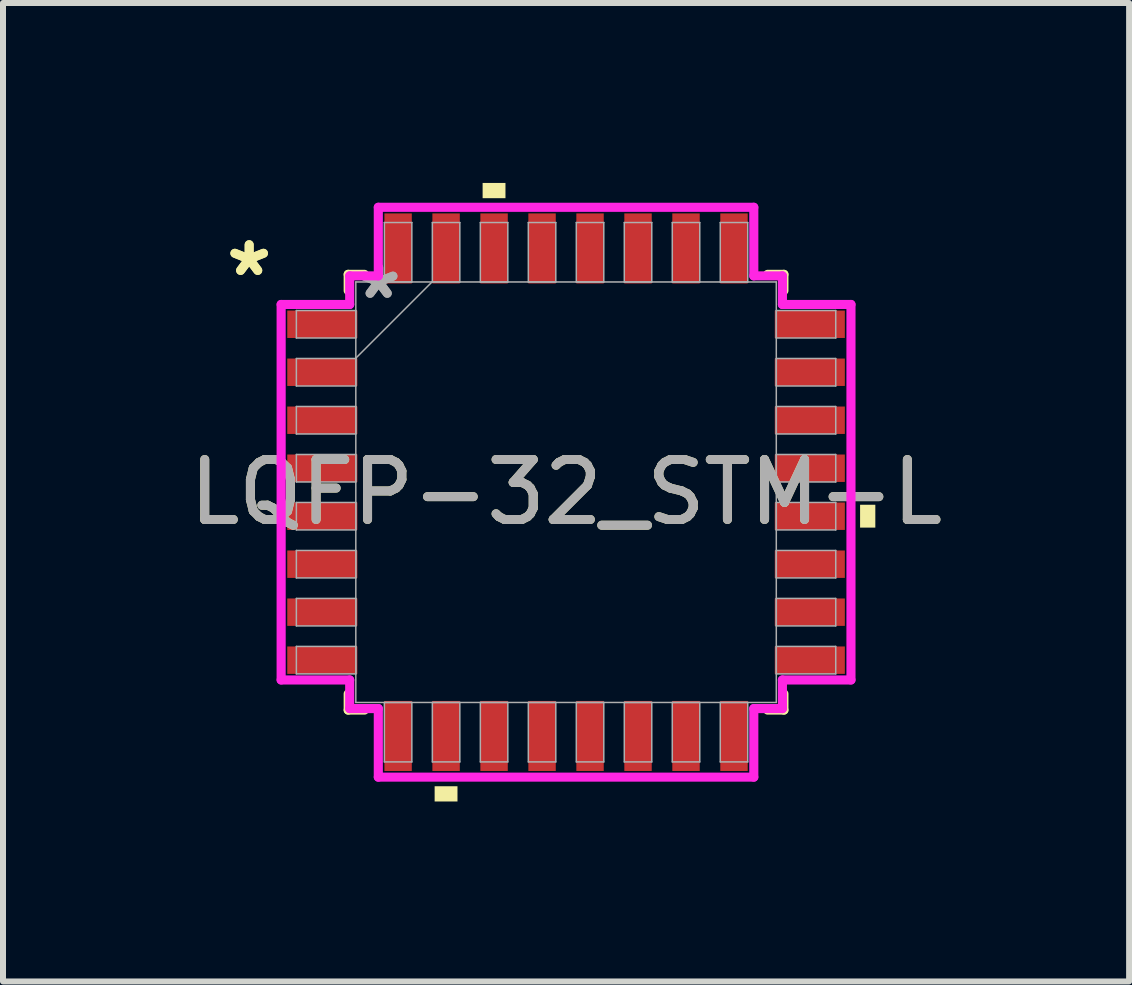
<source format=kicad_pcb>
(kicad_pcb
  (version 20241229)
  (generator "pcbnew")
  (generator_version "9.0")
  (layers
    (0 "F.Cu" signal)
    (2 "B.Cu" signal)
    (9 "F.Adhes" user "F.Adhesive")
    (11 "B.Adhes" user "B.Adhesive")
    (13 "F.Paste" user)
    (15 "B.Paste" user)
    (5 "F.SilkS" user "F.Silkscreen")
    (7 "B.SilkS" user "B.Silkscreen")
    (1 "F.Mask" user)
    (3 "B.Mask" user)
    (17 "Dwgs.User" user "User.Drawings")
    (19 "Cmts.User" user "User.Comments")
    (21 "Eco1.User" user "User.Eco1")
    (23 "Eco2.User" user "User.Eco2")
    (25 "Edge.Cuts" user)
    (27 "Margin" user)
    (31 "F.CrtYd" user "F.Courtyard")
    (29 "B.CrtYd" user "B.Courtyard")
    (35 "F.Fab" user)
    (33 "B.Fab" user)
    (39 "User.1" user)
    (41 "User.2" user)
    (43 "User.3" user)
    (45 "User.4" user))
  (footprint "LQFP-32_STM-L"
    (layer "F.Cu")
    (at 6.387 5.156)
    (property "Reference" "LQFP-32_STM-L" (at 0 0 0) (unlocked yes) (layer "F.SilkS") (effects (font (size 1 1) (thickness 0.15))))
    (attr smd)
    (fp_line (start -3.632 -3.632) (end -3.632 -3.361) (stroke (width 0.152) (type solid)) (layer "F.SilkS"))
    (fp_line (start -3.632 3.361) (end -3.632 3.632) (stroke (width 0.152) (type solid)) (layer "F.SilkS"))
    (fp_line (start -3.632 3.632) (end -3.361 3.632) (stroke (width 0.152) (type solid)) (layer "F.SilkS"))
    (fp_line (start -3.361 -3.632) (end -3.632 -3.632) (stroke (width 0.152) (type solid)) (layer "F.SilkS"))
    (fp_line (start 3.361 3.632) (end 3.632 3.632) (stroke (width 0.152) (type solid)) (layer "F.SilkS"))
    (fp_line (start 3.632 -3.632) (end 3.361 -3.632) (stroke (width 0.152) (type solid)) (layer "F.SilkS"))
    (fp_line (start 3.632 -3.361) (end 3.632 -3.632) (stroke (width 0.152) (type solid)) (layer "F.SilkS"))
    (fp_line (start 3.632 3.632) (end 3.632 3.361) (stroke (width 0.152) (type solid)) (layer "F.SilkS"))
    (fp_poly (pts (xy -2.191 4.902) (xy -2.191 5.156) (xy -1.81 5.156) (xy -1.81 4.902)) (stroke (width 0) (type solid)) (fill yes) (layer "F.SilkS"))
    (fp_poly (pts (xy -1.391 -4.902) (xy -1.391 -5.156) (xy -1.01 -5.156) (xy -1.01 -4.902)) (stroke (width 0) (type solid)) (fill yes) (layer "F.SilkS"))
    (fp_poly (pts (xy 5.156 0.209) (xy 5.156 0.59) (xy 4.902 0.59) (xy 4.902 0.209)) (stroke (width 0) (type solid)) (fill yes) (layer "F.SilkS"))
    (fp_line (start -4.75 -3.13) (end -3.607 -3.13) (stroke (width 0.152) (type solid)) (layer "F.CrtYd"))
    (fp_line (start -4.75 3.13) (end -4.75 -3.13) (stroke (width 0.152) (type solid)) (layer "F.CrtYd"))
    (fp_line (start -3.607 -3.607) (end -3.13 -3.607) (stroke (width 0.152) (type solid)) (layer "F.CrtYd"))
    (fp_line (start -3.607 -3.13) (end -3.607 -3.607) (stroke (width 0.152) (type solid)) (layer "F.CrtYd"))
    (fp_line (start -3.607 3.13) (end -4.75 3.13) (stroke (width 0.152) (type solid)) (layer "F.CrtYd"))
    (fp_line (start -3.607 3.607) (end -3.607 3.13) (stroke (width 0.152) (type solid)) (layer "F.CrtYd"))
    (fp_line (start -3.607 3.607) (end -3.13 3.607) (stroke (width 0.152) (type solid)) (layer "F.CrtYd"))
    (fp_line (start -3.13 -4.75) (end 3.13 -4.75) (stroke (width 0.152) (type solid)) (layer "F.CrtYd"))
    (fp_line (start -3.13 -3.607) (end -3.13 -4.75) (stroke (width 0.152) (type solid)) (layer "F.CrtYd"))
    (fp_line (start -3.13 3.607) (end -3.13 4.75) (stroke (width 0.152) (type solid)) (layer "F.CrtYd"))
    (fp_line (start -3.13 4.75) (end 3.13 4.75) (stroke (width 0.152) (type solid)) (layer "F.CrtYd"))
    (fp_line (start 3.13 -4.75) (end 3.13 -3.607) (stroke (width 0.152) (type solid)) (layer "F.CrtYd"))
    (fp_line (start 3.13 -3.607) (end 3.607 -3.607) (stroke (width 0.152) (type solid)) (layer "F.CrtYd"))
    (fp_line (start 3.13 3.607) (end 3.607 3.607) (stroke (width 0.152) (type solid)) (layer "F.CrtYd"))
    (fp_line (start 3.13 4.75) (end 3.13 3.607) (stroke (width 0.152) (type solid)) (layer "F.CrtYd"))
    (fp_line (start 3.607 -3.13) (end 3.607 -3.607) (stroke (width 0.152) (type solid)) (layer "F.CrtYd"))
    (fp_line (start 3.607 3.13) (end 4.75 3.13) (stroke (width 0.152) (type solid)) (layer "F.CrtYd"))
    (fp_line (start 3.607 3.607) (end 3.607 3.13) (stroke (width 0.152) (type solid)) (layer "F.CrtYd"))
    (fp_line (start 4.75 -3.13) (end 3.607 -3.13) (stroke (width 0.152) (type solid)) (layer "F.CrtYd"))
    (fp_line (start 4.75 3.13) (end 4.75 -3.13) (stroke (width 0.152) (type solid)) (layer "F.CrtYd"))
    (fp_line (start -4.496 -3.029) (end -4.496 -2.571) (stroke (width 0.025) (type solid)) (layer "F.Fab"))
    (fp_line (start -4.496 -2.571) (end -3.505 -2.571) (stroke (width 0.025) (type solid)) (layer "F.Fab"))
    (fp_line (start -4.496 -2.229) (end -4.496 -1.771) (stroke (width 0.025) (type solid)) (layer "F.Fab"))
    (fp_line (start -4.496 -1.771) (end -3.505 -1.771) (stroke (width 0.025) (type solid)) (layer "F.Fab"))
    (fp_line (start -4.496 -1.429) (end -4.496 -0.971) (stroke (width 0.025) (type solid)) (layer "F.Fab"))
    (fp_line (start -4.496 -0.971) (end -3.505 -0.971) (stroke (width 0.025) (type solid)) (layer "F.Fab"))
    (fp_line (start -4.496 -0.629) (end -4.496 -0.171) (stroke (width 0.025) (type solid)) (layer "F.Fab"))
    (fp_line (start -4.496 -0.171) (end -3.505 -0.171) (stroke (width 0.025) (type solid)) (layer "F.Fab"))
    (fp_line (start -4.496 0.171) (end -4.496 0.629) (stroke (width 0.025) (type solid)) (layer "F.Fab"))
    (fp_line (start -4.496 0.629) (end -3.505 0.629) (stroke (width 0.025) (type solid)) (layer "F.Fab"))
    (fp_line (start -4.496 0.971) (end -4.496 1.429) (stroke (width 0.025) (type solid)) (layer "F.Fab"))
    (fp_line (start -4.496 1.429) (end -3.505 1.429) (stroke (width 0.025) (type solid)) (layer "F.Fab"))
    (fp_line (start -4.496 1.771) (end -4.496 2.229) (stroke (width 0.025) (type solid)) (layer "F.Fab"))
    (fp_line (start -4.496 2.229) (end -3.505 2.229) (stroke (width 0.025) (type solid)) (layer "F.Fab"))
    (fp_line (start -4.496 2.571) (end -4.496 3.029) (stroke (width 0.025) (type solid)) (layer "F.Fab"))
    (fp_line (start -4.496 3.029) (end -3.505 3.029) (stroke (width 0.025) (type solid)) (layer "F.Fab"))
    (fp_line (start -3.505 -3.505) (end -3.505 3.505) (stroke (width 0.025) (type solid)) (layer "F.Fab"))
    (fp_line (start -3.505 -3.029) (end -4.496 -3.029) (stroke (width 0.025) (type solid)) (layer "F.Fab"))
    (fp_line (start -3.505 -2.571) (end -3.505 -3.029) (stroke (width 0.025) (type solid)) (layer "F.Fab"))
    (fp_line (start -3.505 -2.235) (end -2.235 -3.505) (stroke (width 0.025) (type solid)) (layer "F.Fab"))
    (fp_line (start -3.505 -2.229) (end -4.496 -2.229) (stroke (width 0.025) (type solid)) (layer "F.Fab"))
    (fp_line (start -3.505 -1.771) (end -3.505 -2.229) (stroke (width 0.025) (type solid)) (layer "F.Fab"))
    (fp_line (start -3.505 -1.429) (end -4.496 -1.429) (stroke (width 0.025) (type solid)) (layer "F.Fab"))
    (fp_line (start -3.505 -0.971) (end -3.505 -1.429) (stroke (width 0.025) (type solid)) (layer "F.Fab"))
    (fp_line (start -3.505 -0.629) (end -4.496 -0.629) (stroke (width 0.025) (type solid)) (layer "F.Fab"))
    (fp_line (start -3.505 -0.171) (end -3.505 -0.629) (stroke (width 0.025) (type solid)) (layer "F.Fab"))
    (fp_line (start -3.505 0.171) (end -4.496 0.171) (stroke (width 0.025) (type solid)) (layer "F.Fab"))
    (fp_line (start -3.505 0.629) (end -3.505 0.171) (stroke (width 0.025) (type solid)) (layer "F.Fab"))
    (fp_line (start -3.505 0.971) (end -4.496 0.971) (stroke (width 0.025) (type solid)) (layer "F.Fab"))
    (fp_line (start -3.505 1.429) (end -3.505 0.971) (stroke (width 0.025) (type solid)) (layer "F.Fab"))
    (fp_line (start -3.505 1.771) (end -4.496 1.771) (stroke (width 0.025) (type solid)) (layer "F.Fab"))
    (fp_line (start -3.505 2.229) (end -3.505 1.771) (stroke (width 0.025) (type solid)) (layer "F.Fab"))
    (fp_line (start -3.505 2.571) (end -4.496 2.571) (stroke (width 0.025) (type solid)) (layer "F.Fab"))
    (fp_line (start -3.505 3.029) (end -3.505 2.571) (stroke (width 0.025) (type solid)) (layer "F.Fab"))
    (fp_line (start -3.505 3.505) (end 3.505 3.505) (stroke (width 0.025) (type solid)) (layer "F.Fab"))
    (fp_line (start -3.029 -4.496) (end -3.029 -3.505) (stroke (width 0.025) (type solid)) (layer "F.Fab"))
    (fp_line (start -3.029 -3.505) (end -2.571 -3.505) (stroke (width 0.025) (type solid)) (layer "F.Fab"))
    (fp_line (start -3.029 3.505) (end -3.029 4.496) (stroke (width 0.025) (type solid)) (layer "F.Fab"))
    (fp_line (start -3.029 4.496) (end -2.571 4.496) (stroke (width 0.025) (type solid)) (layer "F.Fab"))
    (fp_line (start -2.571 -4.496) (end -3.029 -4.496) (stroke (width 0.025) (type solid)) (layer "F.Fab"))
    (fp_line (start -2.571 -3.505) (end -2.571 -4.496) (stroke (width 0.025) (type solid)) (layer "F.Fab"))
    (fp_line (start -2.571 3.505) (end -3.029 3.505) (stroke (width 0.025) (type solid)) (layer "F.Fab"))
    (fp_line (start -2.571 4.496) (end -2.571 3.505) (stroke (width 0.025) (type solid)) (layer "F.Fab"))
    (fp_line (start -2.229 -4.496) (end -2.229 -3.505) (stroke (width 0.025) (type solid)) (layer "F.Fab"))
    (fp_line (start -2.229 -3.505) (end -1.771 -3.505) (stroke (width 0.025) (type solid)) (layer "F.Fab"))
    (fp_line (start -2.229 3.505) (end -2.229 4.496) (stroke (width 0.025) (type solid)) (layer "F.Fab"))
    (fp_line (start -2.229 4.496) (end -1.771 4.496) (stroke (width 0.025) (type solid)) (layer "F.Fab"))
    (fp_line (start -1.771 -4.496) (end -2.229 -4.496) (stroke (width 0.025) (type solid)) (layer "F.Fab"))
    (fp_line (start -1.771 -3.505) (end -1.771 -4.496) (stroke (width 0.025) (type solid)) (layer "F.Fab"))
    (fp_line (start -1.771 3.505) (end -2.229 3.505) (stroke (width 0.025) (type solid)) (layer "F.Fab"))
    (fp_line (start -1.771 4.496) (end -1.771 3.505) (stroke (width 0.025) (type solid)) (layer "F.Fab"))
    (fp_line (start -1.429 -4.496) (end -1.429 -3.505) (stroke (width 0.025) (type solid)) (layer "F.Fab"))
    (fp_line (start -1.429 -3.505) (end -0.971 -3.505) (stroke (width 0.025) (type solid)) (layer "F.Fab"))
    (fp_line (start -1.429 3.505) (end -1.429 4.496) (stroke (width 0.025) (type solid)) (layer "F.Fab"))
    (fp_line (start -1.429 4.496) (end -0.971 4.496) (stroke (width 0.025) (type solid)) (layer "F.Fab"))
    (fp_line (start -0.971 -4.496) (end -1.429 -4.496) (stroke (width 0.025) (type solid)) (layer "F.Fab"))
    (fp_line (start -0.971 -3.505) (end -0.971 -4.496) (stroke (width 0.025) (type solid)) (layer "F.Fab"))
    (fp_line (start -0.971 3.505) (end -1.429 3.505) (stroke (width 0.025) (type solid)) (layer "F.Fab"))
    (fp_line (start -0.971 4.496) (end -0.971 3.505) (stroke (width 0.025) (type solid)) (layer "F.Fab"))
    (fp_line (start -0.629 -4.496) (end -0.629 -3.505) (stroke (width 0.025) (type solid)) (layer "F.Fab"))
    (fp_line (start -0.629 -3.505) (end -0.171 -3.505) (stroke (width 0.025) (type solid)) (layer "F.Fab"))
    (fp_line (start -0.629 3.505) (end -0.629 4.496) (stroke (width 0.025) (type solid)) (layer "F.Fab"))
    (fp_line (start -0.629 4.496) (end -0.171 4.496) (stroke (width 0.025) (type solid)) (layer "F.Fab"))
    (fp_line (start -0.171 -4.496) (end -0.629 -4.496) (stroke (width 0.025) (type solid)) (layer "F.Fab"))
    (fp_line (start -0.171 -3.505) (end -0.171 -4.496) (stroke (width 0.025) (type solid)) (layer "F.Fab"))
    (fp_line (start -0.171 3.505) (end -0.629 3.505) (stroke (width 0.025) (type solid)) (layer "F.Fab"))
    (fp_line (start -0.171 4.496) (end -0.171 3.505) (stroke (width 0.025) (type solid)) (layer "F.Fab"))
    (fp_line (start 0.171 -4.496) (end 0.171 -3.505) (stroke (width 0.025) (type solid)) (layer "F.Fab"))
    (fp_line (start 0.171 -3.505) (end 0.629 -3.505) (stroke (width 0.025) (type solid)) (layer "F.Fab"))
    (fp_line (start 0.171 3.505) (end 0.171 4.496) (stroke (width 0.025) (type solid)) (layer "F.Fab"))
    (fp_line (start 0.171 4.496) (end 0.629 4.496) (stroke (width 0.025) (type solid)) (layer "F.Fab"))
    (fp_line (start 0.629 -4.496) (end 0.171 -4.496) (stroke (width 0.025) (type solid)) (layer "F.Fab"))
    (fp_line (start 0.629 -3.505) (end 0.629 -4.496) (stroke (width 0.025) (type solid)) (layer "F.Fab"))
    (fp_line (start 0.629 3.505) (end 0.171 3.505) (stroke (width 0.025) (type solid)) (layer "F.Fab"))
    (fp_line (start 0.629 4.496) (end 0.629 3.505) (stroke (width 0.025) (type solid)) (layer "F.Fab"))
    (fp_line (start 0.971 -4.496) (end 0.971 -3.505) (stroke (width 0.025) (type solid)) (layer "F.Fab"))
    (fp_line (start 0.971 -3.505) (end 1.429 -3.505) (stroke (width 0.025) (type solid)) (layer "F.Fab"))
    (fp_line (start 0.971 3.505) (end 0.971 4.496) (stroke (width 0.025) (type solid)) (layer "F.Fab"))
    (fp_line (start 0.971 4.496) (end 1.429 4.496) (stroke (width 0.025) (type solid)) (layer "F.Fab"))
    (fp_line (start 1.429 -4.496) (end 0.971 -4.496) (stroke (width 0.025) (type solid)) (layer "F.Fab"))
    (fp_line (start 1.429 -3.505) (end 1.429 -4.496) (stroke (width 0.025) (type solid)) (layer "F.Fab"))
    (fp_line (start 1.429 3.505) (end 0.971 3.505) (stroke (width 0.025) (type solid)) (layer "F.Fab"))
    (fp_line (start 1.429 4.496) (end 1.429 3.505) (stroke (width 0.025) (type solid)) (layer "F.Fab"))
    (fp_line (start 1.771 -4.496) (end 1.771 -3.505) (stroke (width 0.025) (type solid)) (layer "F.Fab"))
    (fp_line (start 1.771 -3.505) (end 2.229 -3.505) (stroke (width 0.025) (type solid)) (layer "F.Fab"))
    (fp_line (start 1.771 3.505) (end 1.771 4.496) (stroke (width 0.025) (type solid)) (layer "F.Fab"))
    (fp_line (start 1.771 4.496) (end 2.229 4.496) (stroke (width 0.025) (type solid)) (layer "F.Fab"))
    (fp_line (start 2.229 -4.496) (end 1.771 -4.496) (stroke (width 0.025) (type solid)) (layer "F.Fab"))
    (fp_line (start 2.229 -3.505) (end 2.229 -4.496) (stroke (width 0.025) (type solid)) (layer "F.Fab"))
    (fp_line (start 2.229 3.505) (end 1.771 3.505) (stroke (width 0.025) (type solid)) (layer "F.Fab"))
    (fp_line (start 2.229 4.496) (end 2.229 3.505) (stroke (width 0.025) (type solid)) (layer "F.Fab"))
    (fp_line (start 2.571 -4.496) (end 2.571 -3.505) (stroke (width 0.025) (type solid)) (layer "F.Fab"))
    (fp_line (start 2.571 -3.505) (end 3.029 -3.505) (stroke (width 0.025) (type solid)) (layer "F.Fab"))
    (fp_line (start 2.571 3.505) (end 2.571 4.496) (stroke (width 0.025) (type solid)) (layer "F.Fab"))
    (fp_line (start 2.571 4.496) (end 3.029 4.496) (stroke (width 0.025) (type solid)) (layer "F.Fab"))
    (fp_line (start 3.029 -4.496) (end 2.571 -4.496) (stroke (width 0.025) (type solid)) (layer "F.Fab"))
    (fp_line (start 3.029 -3.505) (end 3.029 -4.496) (stroke (width 0.025) (type solid)) (layer "F.Fab"))
    (fp_line (start 3.029 3.505) (end 2.571 3.505) (stroke (width 0.025) (type solid)) (layer "F.Fab"))
    (fp_line (start 3.029 4.496) (end 3.029 3.505) (stroke (width 0.025) (type solid)) (layer "F.Fab"))
    (fp_line (start 3.505 -3.505) (end -3.505 -3.505) (stroke (width 0.025) (type solid)) (layer "F.Fab"))
    (fp_line (start 3.505 -3.029) (end 3.505 -2.571) (stroke (width 0.025) (type solid)) (layer "F.Fab"))
    (fp_line (start 3.505 -2.571) (end 4.496 -2.571) (stroke (width 0.025) (type solid)) (layer "F.Fab"))
    (fp_line (start 3.505 -2.229) (end 3.505 -1.771) (stroke (width 0.025) (type solid)) (layer "F.Fab"))
    (fp_line (start 3.505 -1.771) (end 4.496 -1.771) (stroke (width 0.025) (type solid)) (layer "F.Fab"))
    (fp_line (start 3.505 -1.429) (end 3.505 -0.971) (stroke (width 0.025) (type solid)) (layer "F.Fab"))
    (fp_line (start 3.505 -0.971) (end 4.496 -0.971) (stroke (width 0.025) (type solid)) (layer "F.Fab"))
    (fp_line (start 3.505 -0.629) (end 3.505 -0.171) (stroke (width 0.025) (type solid)) (layer "F.Fab"))
    (fp_line (start 3.505 -0.171) (end 4.496 -0.171) (stroke (width 0.025) (type solid)) (layer "F.Fab"))
    (fp_line (start 3.505 0.171) (end 3.505 0.629) (stroke (width 0.025) (type solid)) (layer "F.Fab"))
    (fp_line (start 3.505 0.629) (end 4.496 0.629) (stroke (width 0.025) (type solid)) (layer "F.Fab"))
    (fp_line (start 3.505 0.971) (end 3.505 1.429) (stroke (width 0.025) (type solid)) (layer "F.Fab"))
    (fp_line (start 3.505 1.429) (end 4.496 1.429) (stroke (width 0.025) (type solid)) (layer "F.Fab"))
    (fp_line (start 3.505 1.771) (end 3.505 2.229) (stroke (width 0.025) (type solid)) (layer "F.Fab"))
    (fp_line (start 3.505 2.229) (end 4.496 2.229) (stroke (width 0.025) (type solid)) (layer "F.Fab"))
    (fp_line (start 3.505 2.571) (end 3.505 3.029) (stroke (width 0.025) (type solid)) (layer "F.Fab"))
    (fp_line (start 3.505 3.029) (end 4.496 3.029) (stroke (width 0.025) (type solid)) (layer "F.Fab"))
    (fp_line (start 3.505 3.505) (end 3.505 -3.505) (stroke (width 0.025) (type solid)) (layer "F.Fab"))
    (fp_line (start 4.496 -3.029) (end 3.505 -3.029) (stroke (width 0.025) (type solid)) (layer "F.Fab"))
    (fp_line (start 4.496 -2.571) (end 4.496 -3.029) (stroke (width 0.025) (type solid)) (layer "F.Fab"))
    (fp_line (start 4.496 -2.229) (end 3.505 -2.229) (stroke (width 0.025) (type solid)) (layer "F.Fab"))
    (fp_line (start 4.496 -1.771) (end 4.496 -2.229) (stroke (width 0.025) (type solid)) (layer "F.Fab"))
    (fp_line (start 4.496 -1.429) (end 3.505 -1.429) (stroke (width 0.025) (type solid)) (layer "F.Fab"))
    (fp_line (start 4.496 -0.971) (end 4.496 -1.429) (stroke (width 0.025) (type solid)) (layer "F.Fab"))
    (fp_line (start 4.496 -0.629) (end 3.505 -0.629) (stroke (width 0.025) (type solid)) (layer "F.Fab"))
    (fp_line (start 4.496 -0.171) (end 4.496 -0.629) (stroke (width 0.025) (type solid)) (layer "F.Fab"))
    (fp_line (start 4.496 0.171) (end 3.505 0.171) (stroke (width 0.025) (type solid)) (layer "F.Fab"))
    (fp_line (start 4.496 0.629) (end 4.496 0.171) (stroke (width 0.025) (type solid)) (layer "F.Fab"))
    (fp_line (start 4.496 0.971) (end 3.505 0.971) (stroke (width 0.025) (type solid)) (layer "F.Fab"))
    (fp_line (start 4.496 1.429) (end 4.496 0.971) (stroke (width 0.025) (type solid)) (layer "F.Fab"))
    (fp_line (start 4.496 1.771) (end 3.505 1.771) (stroke (width 0.025) (type solid)) (layer "F.Fab"))
    (fp_line (start 4.496 2.229) (end 4.496 1.771) (stroke (width 0.025) (type solid)) (layer "F.Fab"))
    (fp_line (start 4.496 2.571) (end 3.505 2.571) (stroke (width 0.025) (type solid)) (layer "F.Fab"))
    (fp_line (start 4.496 3.029) (end 4.496 2.571) (stroke (width 0.025) (type solid)) (layer "F.Fab"))
    (fp_text user "*" (at -5.283 -3.581 0) (layer "F.SilkS") (effects (font (size 1 1) (thickness 0.15))))
    (fp_text user "*" (at -5.283 -3.581 0) (unlocked yes) (layer "F.SilkS") (effects (font (size 1 1) (thickness 0.15))))
    (fp_text user "*" (at -3.124 -3.2 0) (layer "F.Fab") (effects (font (size 1 1) (thickness 0.15))))
    (fp_text user "*" (at -3.124 -3.2 0) (unlocked yes) (layer "F.Fab") (effects (font (size 1 1) (thickness 0.15))))
    (fp_text user "${REFERENCE}" (at 0 0 0) (unlocked yes) (layer "F.Fab") (effects (font (size 1 1) (thickness 0.15))))
    (pad "1" smd rect (at -4.064 -2.8 90) (size 0.457 1.168) (layers "F.Cu" "F.Mask" "F.Paste"))
    (pad "2" smd rect (at -4.064 -2 90) (size 0.457 1.168) (layers "F.Cu" "F.Mask" "F.Paste"))
    (pad "3" smd rect (at -4.064 -1.2 90) (size 0.457 1.168) (layers "F.Cu" "F.Mask" "F.Paste"))
    (pad "4" smd rect (at -4.064 -0.4 90) (size 0.457 1.168) (layers "F.Cu" "F.Mask" "F.Paste"))
    (pad "5" smd rect (at -4.064 0.4 90) (size 0.457 1.168) (layers "F.Cu" "F.Mask" "F.Paste"))
    (pad "6" smd rect (at -4.064 1.2 90) (size 0.457 1.168) (layers "F.Cu" "F.Mask" "F.Paste"))
    (pad "7" smd rect (at -4.064 2 90) (size 0.457 1.168) (layers "F.Cu" "F.Mask" "F.Paste"))
    (pad "8" smd rect (at -4.064 2.8 90) (size 0.457 1.168) (layers "F.Cu" "F.Mask" "F.Paste"))
    (pad "9" smd rect (at -2.8 4.064) (size 0.457 1.168) (layers "F.Cu" "F.Mask" "F.Paste"))
    (pad "10" smd rect (at -2 4.064) (size 0.457 1.168) (layers "F.Cu" "F.Mask" "F.Paste"))
    (pad "11" smd rect (at -1.2 4.064) (size 0.457 1.168) (layers "F.Cu" "F.Mask" "F.Paste"))
    (pad "12" smd rect (at -0.4 4.064) (size 0.457 1.168) (layers "F.Cu" "F.Mask" "F.Paste"))
    (pad "13" smd rect (at 0.4 4.064) (size 0.457 1.168) (layers "F.Cu" "F.Mask" "F.Paste"))
    (pad "14" smd rect (at 1.2 4.064) (size 0.457 1.168) (layers "F.Cu" "F.Mask" "F.Paste"))
    (pad "15" smd rect (at 2 4.064) (size 0.457 1.168) (layers "F.Cu" "F.Mask" "F.Paste"))
    (pad "16" smd rect (at 2.8 4.064) (size 0.457 1.168) (layers "F.Cu" "F.Mask" "F.Paste"))
    (pad "17" smd rect (at 4.064 2.8 90) (size 0.457 1.168) (layers "F.Cu" "F.Mask" "F.Paste"))
    (pad "18" smd rect (at 4.064 2 90) (size 0.457 1.168) (layers "F.Cu" "F.Mask" "F.Paste"))
    (pad "19" smd rect (at 4.064 1.2 90) (size 0.457 1.168) (layers "F.Cu" "F.Mask" "F.Paste"))
    (pad "20" smd rect (at 4.064 0.4 90) (size 0.457 1.168) (layers "F.Cu" "F.Mask" "F.Paste"))
    (pad "21" smd rect (at 4.064 -0.4 90) (size 0.457 1.168) (layers "F.Cu" "F.Mask" "F.Paste"))
    (pad "22" smd rect (at 4.064 -1.2 90) (size 0.457 1.168) (layers "F.Cu" "F.Mask" "F.Paste"))
    (pad "23" smd rect (at 4.064 -2 90) (size 0.457 1.168) (layers "F.Cu" "F.Mask" "F.Paste"))
    (pad "24" smd rect (at 4.064 -2.8 90) (size 0.457 1.168) (layers "F.Cu" "F.Mask" "F.Paste"))
    (pad "25" smd rect (at 2.8 -4.064) (size 0.457 1.168) (layers "F.Cu" "F.Mask" "F.Paste"))
    (pad "26" smd rect (at 2 -4.064) (size 0.457 1.168) (layers "F.Cu" "F.Mask" "F.Paste"))
    (pad "27" smd rect (at 1.2 -4.064) (size 0.457 1.168) (layers "F.Cu" "F.Mask" "F.Paste"))
    (pad "28" smd rect (at 0.4 -4.064) (size 0.457 1.168) (layers "F.Cu" "F.Mask" "F.Paste"))
    (pad "29" smd rect (at -0.4 -4.064) (size 0.457 1.168) (layers "F.Cu" "F.Mask" "F.Paste"))
    (pad "30" smd rect (at -1.2 -4.064) (size 0.457 1.168) (layers "F.Cu" "F.Mask" "F.Paste"))
    (pad "31" smd rect (at -2 -4.064) (size 0.457 1.168) (layers "F.Cu" "F.Mask" "F.Paste"))
    (pad "32" smd rect (at -2.8 -4.064) (size 0.457 1.168) (layers "F.Cu" "F.Mask" "F.Paste")))
  (gr_rect
    (start -3 -3)
    (end 15.774 13.312)
    (stroke (width 0.1) (type default))
    (fill no)
    (layer "Edge.Cuts")))
</source>
